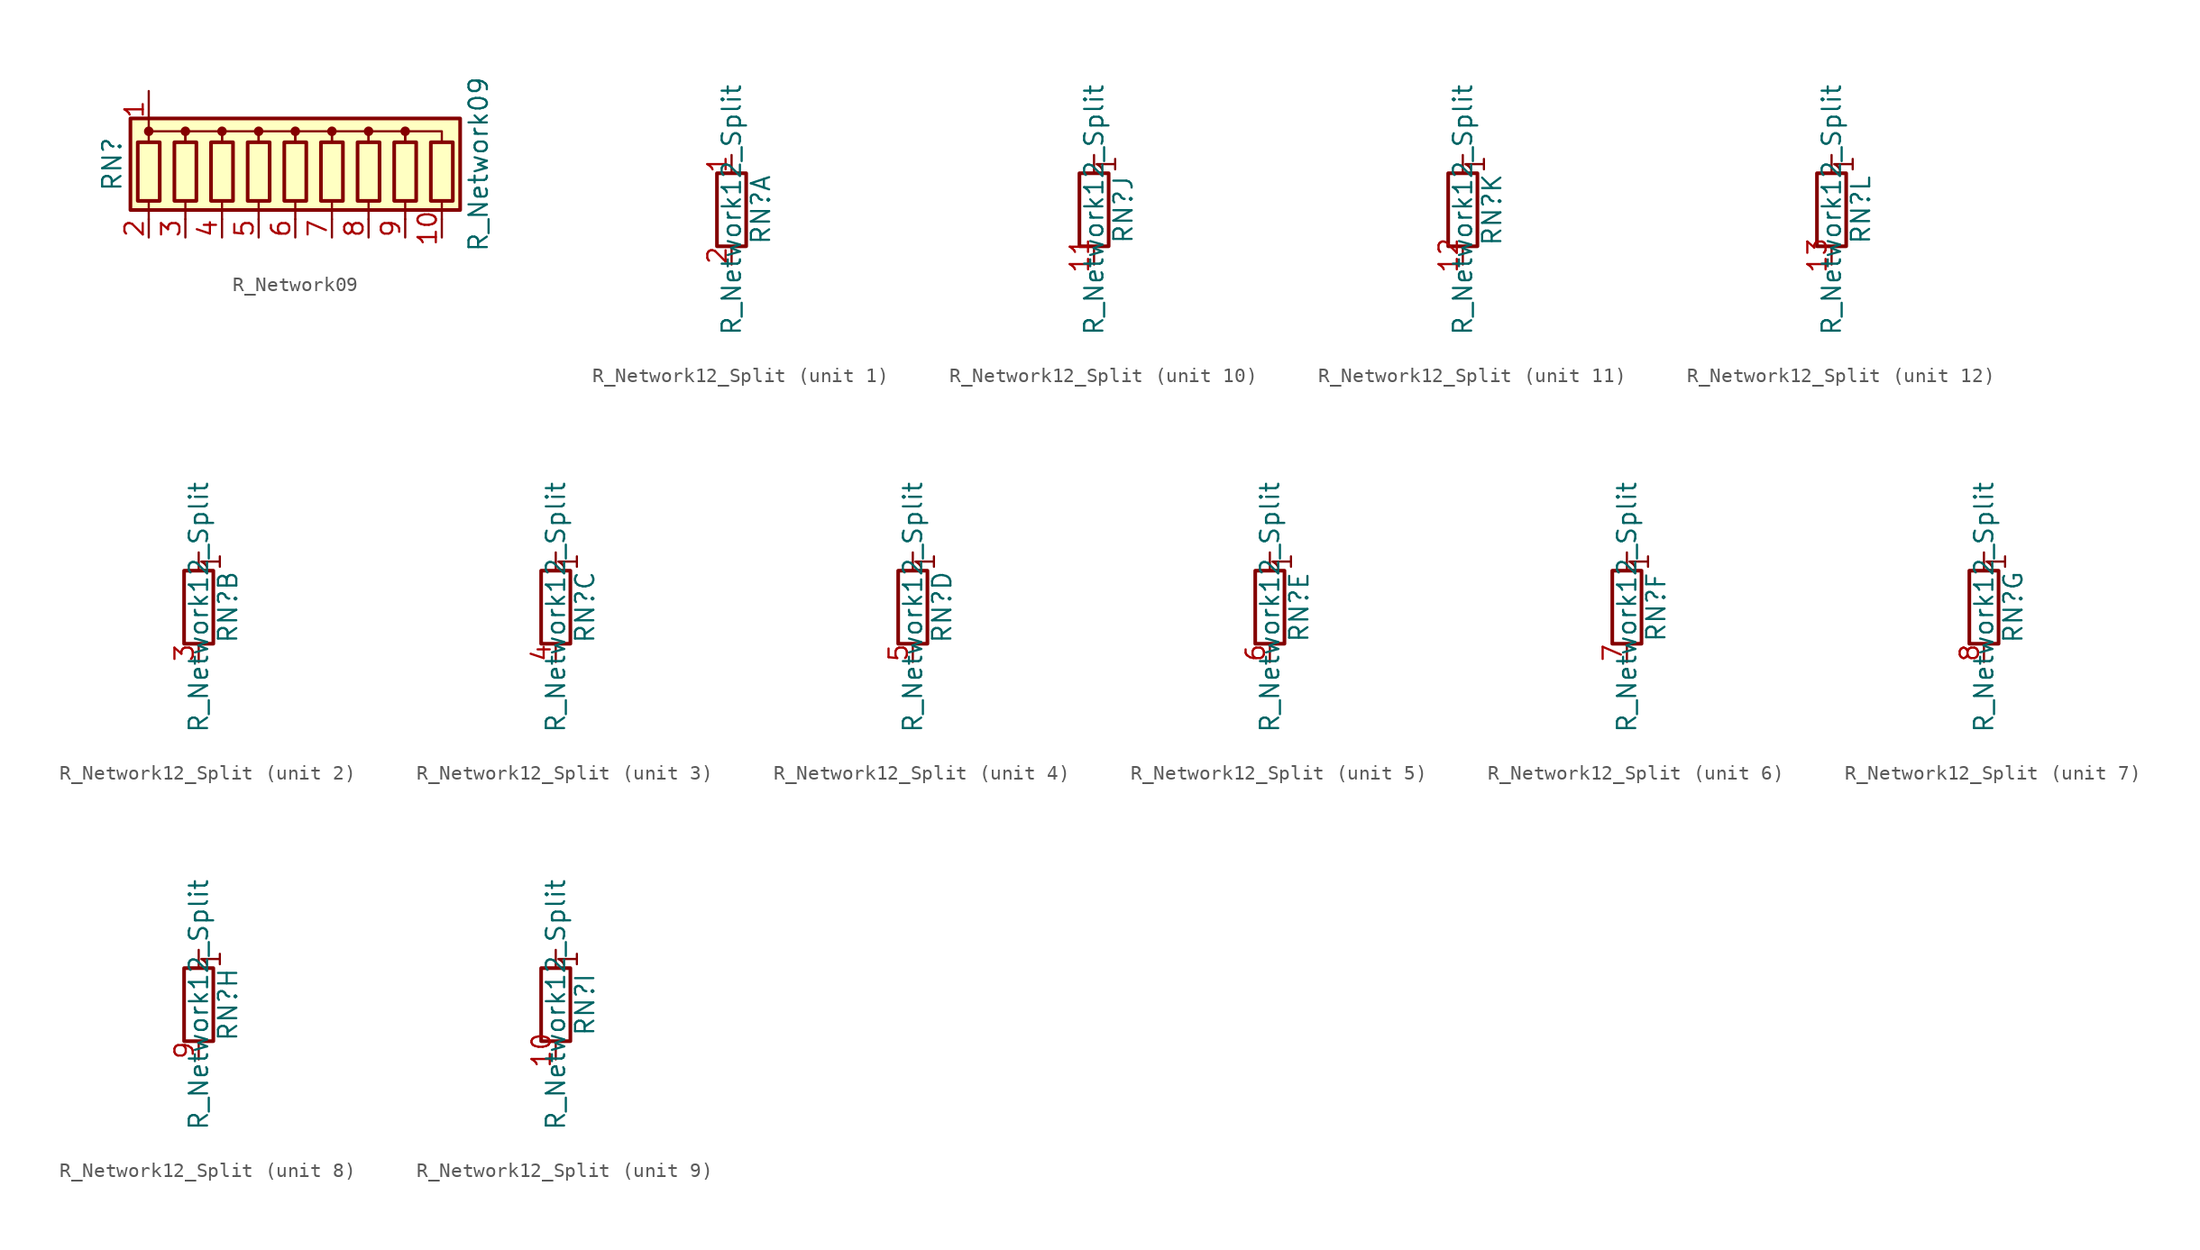
<source format=kicad_sym>
(kicad_symbol_lib
  (version 20211014)
  (generator kicad_symbol_editor)
  (symbol "R_Network09"
    (pin_names
      (offset 0) hide)
    (property "Reference" "RN"
      (at -12.7 0 90)
      (effects (font (size 1.27 1.27))))
    (property "Value" "R_Network09"
      (at 12.7 0 90)
      (effects (font (size 1.27 1.27))))
    (symbol "R_Network09_0_1"
      (rectangle (start -11.43 -3.175) (end 11.43 3.175) (stroke (width 0.254) (type default) (color 0 0 0 0)) (fill (type background)))
      (rectangle (start -10.922 1.524) (end -9.398 -2.54) (stroke (width 0.254) (type default) (color 0 0 0 0)) (fill (type none)))
      (circle (center -10.16 2.286) (radius 0.254) (stroke (width 0) (type default) (color 0 0 0 0)) (fill (type outline)))
      (rectangle (start -8.382 1.524) (end -6.858 -2.54) (stroke (width 0.254) (type default) (color 0 0 0 0)) (fill (type none)))
      (circle (center -7.62 2.286) (radius 0.254) (stroke (width 0) (type default) (color 0 0 0 0)) (fill (type outline)))
      (rectangle (start -5.842 1.524) (end -4.318 -2.54) (stroke (width 0.254) (type default) (color 0 0 0 0)) (fill (type none)))
      (circle (center -5.08 2.286) (radius 0.254) (stroke (width 0) (type default) (color 0 0 0 0)) (fill (type outline)))
      (rectangle (start -3.302 1.524) (end -1.778 -2.54) (stroke (width 0.254) (type default) (color 0 0 0 0)) (fill (type none)))
      (circle (center -2.54 2.286) (radius 0.254) (stroke (width 0) (type default) (color 0 0 0 0)) (fill (type outline)))
      (rectangle (start -0.762 1.524) (end 0.762 -2.54) (stroke (width 0.254) (type default) (color 0 0 0 0)) (fill (type none)))
      (polyline (pts (xy -10.16 -2.54) (xy -10.16 -3.81)) (stroke (width 0) (type default) (color 0 0 0 0)) (fill (type none)))
      (polyline (pts (xy -7.62 -2.54) (xy -7.62 -3.81)) (stroke (width 0) (type default) (color 0 0 0 0)) (fill (type none)))
      (polyline (pts (xy -5.08 -2.54) (xy -5.08 -3.81)) (stroke (width 0) (type default) (color 0 0 0 0)) (fill (type none)))
      (polyline (pts (xy -2.54 -2.54) (xy -2.54 -3.81)) (stroke (width 0) (type default) (color 0 0 0 0)) (fill (type none)))
      (polyline (pts (xy 0 -2.54) (xy 0 -3.81)) (stroke (width 0) (type default) (color 0 0 0 0)) (fill (type none)))
      (polyline (pts (xy 2.54 -2.54) (xy 2.54 -3.81)) (stroke (width 0) (type default) (color 0 0 0 0)) (fill (type none)))
      (polyline (pts (xy 5.08 -2.54) (xy 5.08 -3.81)) (stroke (width 0) (type default) (color 0 0 0 0)) (fill (type none)))
      (polyline (pts (xy 7.62 -2.54) (xy 7.62 -3.81)) (stroke (width 0) (type default) (color 0 0 0 0)) (fill (type none)))
      (polyline (pts (xy 10.16 -2.54) (xy 10.16 -3.81)) (stroke (width 0) (type default) (color 0 0 0 0)) (fill (type none)))
      (polyline (pts (xy -10.16 1.524) (xy -10.16 2.286) (xy -7.62 2.286) (xy -7.62 1.524)) (stroke (width 0) (type default) (color 0 0 0 0)) (fill (type none)))
      (polyline (pts (xy -7.62 1.524) (xy -7.62 2.286) (xy -5.08 2.286) (xy -5.08 1.524)) (stroke (width 0) (type default) (color 0 0 0 0)) (fill (type none)))
      (polyline (pts (xy -5.08 1.524) (xy -5.08 2.286) (xy -2.54 2.286) (xy -2.54 1.524)) (stroke (width 0) (type default) (color 0 0 0 0)) (fill (type none)))
      (polyline (pts (xy -2.54 1.524) (xy -2.54 2.286) (xy 0 2.286) (xy 0 1.524)) (stroke (width 0) (type default) (color 0 0 0 0)) (fill (type none)))
      (polyline (pts (xy 0 1.524) (xy 0 2.286) (xy 2.54 2.286) (xy 2.54 1.524)) (stroke (width 0) (type default) (color 0 0 0 0)) (fill (type none)))
      (polyline (pts (xy 2.54 1.524) (xy 2.54 2.286) (xy 5.08 2.286) (xy 5.08 1.524)) (stroke (width 0) (type default) (color 0 0 0 0)) (fill (type none)))
      (polyline (pts (xy 5.08 1.524) (xy 5.08 2.286) (xy 7.62 2.286) (xy 7.62 1.524)) (stroke (width 0) (type default) (color 0 0 0 0)) (fill (type none)))
      (polyline (pts (xy 7.62 1.524) (xy 7.62 2.286) (xy 10.16 2.286) (xy 10.16 1.524)) (stroke (width 0) (type default) (color 0 0 0 0)) (fill (type none)))
      (circle (center 0 2.286) (radius 0.254) (stroke (width 0) (type default) (color 0 0 0 0)) (fill (type outline)))
      (rectangle (start 1.778 1.524) (end 3.302 -2.54) (stroke (width 0.254) (type default) (color 0 0 0 0)) (fill (type none)))
      (circle (center 2.54 2.286) (radius 0.254) (stroke (width 0) (type default) (color 0 0 0 0)) (fill (type outline)))
      (rectangle (start 4.318 1.524) (end 5.842 -2.54) (stroke (width 0.254) (type default) (color 0 0 0 0)) (fill (type none)))
      (circle (center 5.08 2.286) (radius 0.254) (stroke (width 0) (type default) (color 0 0 0 0)) (fill (type outline)))
      (rectangle (start 6.858 1.524) (end 8.382 -2.54) (stroke (width 0.254) (type default) (color 0 0 0 0)) (fill (type none)))
      (circle (center 7.62 2.286) (radius 0.254) (stroke (width 0) (type default) (color 0 0 0 0)) (fill (type outline)))
      (rectangle (start 9.398 1.524) (end 10.922 -2.54) (stroke (width 0.254) (type default) (color 0 0 0 0)) (fill (type none))))
    (symbol "R_Network09_1_1"
      (pin passive line (at -10.16 5.08 270) (length 2.54) (name "common" (effects (font (size 1.27 1.27)))) (number "1" (effects (font (size 1.27 1.27)))))
      (pin passive line (at 10.16 -5.08 90) (length 1.27) (name "R9" (effects (font (size 1.27 1.27)))) (number "10" (effects (font (size 1.27 1.27)))))
      (pin passive line (at -10.16 -5.08 90) (length 1.27) (name "R1" (effects (font (size 1.27 1.27)))) (number "2" (effects (font (size 1.27 1.27)))))
      (pin passive line (at -7.62 -5.08 90) (length 1.27) (name "R2" (effects (font (size 1.27 1.27)))) (number "3" (effects (font (size 1.27 1.27)))))
      (pin passive line (at -5.08 -5.08 90) (length 1.27) (name "R3" (effects (font (size 1.27 1.27)))) (number "4" (effects (font (size 1.27 1.27)))))
      (pin passive line (at -2.54 -5.08 90) (length 1.27) (name "R4" (effects (font (size 1.27 1.27)))) (number "5" (effects (font (size 1.27 1.27)))))
      (pin passive line (at 0 -5.08 90) (length 1.27) (name "R5" (effects (font (size 1.27 1.27)))) (number "6" (effects (font (size 1.27 1.27)))))
      (pin passive line (at 2.54 -5.08 90) (length 1.27) (name "R6" (effects (font (size 1.27 1.27)))) (number "7" (effects (font (size 1.27 1.27)))))
      (pin passive line (at 5.08 -5.08 90) (length 1.27) (name "R7" (effects (font (size 1.27 1.27)))) (number "8" (effects (font (size 1.27 1.27)))))
      (pin passive line (at 7.62 -5.08 90) (length 1.27) (name "R8" (effects (font (size 1.27 1.27)))) (number "9" (effects (font (size 1.27 1.27)))))))
  (symbol "R_Network12_Split"
    (pin_names
      (offset 0) hide)
    (property "Reference" "RN"
      (at 2.032 0 90)
      (effects (font (size 1.27 1.27))))
    (property "Value" "R_Network12_Split"
      (at 0 0 90)
      (effects (font (size 1.27 1.27))))
    (symbol "R_Network12_Split_0_1"
      (rectangle (start 1.016 2.54) (end -1.016 -2.54) (stroke (width 0.254) (type default) (color 0 0 0 0)) (fill (type none))))
    (symbol "R_Network12_Split_1_1"
      (pin passive line (at 0 3.81 270) (length 1.27) (name "R1.1" (effects (font (size 1.27 1.27)))) (number "1" (effects (font (size 1.27 1.27)))))
      (pin passive line (at 0 -3.81 90) (length 1.27) (name "R1.2" (effects (font (size 1.27 1.27)))) (number "2" (effects (font (size 1.27 1.27))))))
    (symbol "R_Network12_Split_2_1"
      (polyline (pts (xy 0 2.54) (xy 0 3.81)) (stroke (width 0) (type default) (color 0 0 0 0)) (fill (type none)))
      (text "1" (at 0.889 3.175 900) (effects (font (size 1.27 1.27))))
      (pin passive line (at 0 -3.81 90) (length 1.27) (name "R2.2" (effects (font (size 1.27 1.27)))) (number "3" (effects (font (size 1.27 1.27))))))
    (symbol "R_Network12_Split_3_1"
      (polyline (pts (xy 0 2.54) (xy 0 3.81)) (stroke (width 0) (type default) (color 0 0 0 0)) (fill (type none)))
      (text "1" (at 0.889 3.175 900) (effects (font (size 1.27 1.27))))
      (pin passive line (at 0 -3.81 90) (length 1.27) (name "R3.2" (effects (font (size 1.27 1.27)))) (number "4" (effects (font (size 1.27 1.27))))))
    (symbol "R_Network12_Split_4_1"
      (polyline (pts (xy 0 2.54) (xy 0 3.81)) (stroke (width 0) (type default) (color 0 0 0 0)) (fill (type none)))
      (text "1" (at 0.889 3.175 900) (effects (font (size 1.27 1.27))))
      (pin passive line (at 0 -3.81 90) (length 1.27) (name "R4.2" (effects (font (size 1.27 1.27)))) (number "5" (effects (font (size 1.27 1.27))))))
    (symbol "R_Network12_Split_5_1"
      (polyline (pts (xy 0 2.54) (xy 0 3.81)) (stroke (width 0) (type default) (color 0 0 0 0)) (fill (type none)))
      (text "1" (at 0.889 3.175 900) (effects (font (size 1.27 1.27))))
      (pin passive line (at 0 -3.81 90) (length 1.27) (name "R5.2" (effects (font (size 1.27 1.27)))) (number "6" (effects (font (size 1.27 1.27))))))
    (symbol "R_Network12_Split_6_1"
      (polyline (pts (xy 0 2.54) (xy 0 3.81)) (stroke (width 0) (type default) (color 0 0 0 0)) (fill (type none)))
      (text "1" (at 0.889 3.175 900) (effects (font (size 1.27 1.27))))
      (pin passive line (at 0 -3.81 90) (length 1.27) (name "R6.2" (effects (font (size 1.27 1.27)))) (number "7" (effects (font (size 1.27 1.27))))))
    (symbol "R_Network12_Split_7_1"
      (polyline (pts (xy 0 2.54) (xy 0 3.81)) (stroke (width 0) (type default) (color 0 0 0 0)) (fill (type none)))
      (text "1" (at 0.889 3.175 900) (effects (font (size 1.27 1.27))))
      (pin passive line (at 0 -3.81 90) (length 1.27) (name "R7.2" (effects (font (size 1.27 1.27)))) (number "8" (effects (font (size 1.27 1.27))))))
    (symbol "R_Network12_Split_8_1"
      (polyline (pts (xy 0 2.54) (xy 0 3.81)) (stroke (width 0) (type default) (color 0 0 0 0)) (fill (type none)))
      (text "1" (at 0.889 3.175 900) (effects (font (size 1.27 1.27))))
      (pin passive line (at 0 -3.81 90) (length 1.27) (name "R8.2" (effects (font (size 1.27 1.27)))) (number "9" (effects (font (size 1.27 1.27))))))
    (symbol "R_Network12_Split_9_1"
      (polyline (pts (xy 0 2.54) (xy 0 3.81)) (stroke (width 0) (type default) (color 0 0 0 0)) (fill (type none)))
      (text "1" (at 0.889 3.175 900) (effects (font (size 1.27 1.27))))
      (pin passive line (at 0 -3.81 90) (length 1.27) (name "R9.2" (effects (font (size 1.27 1.27)))) (number "10" (effects (font (size 1.27 1.27))))))
    (symbol "R_Network12_Split_10_1"
      (polyline (pts (xy 0 2.54) (xy 0 3.81)) (stroke (width 0) (type default) (color 0 0 0 0)) (fill (type none)))
      (text "1" (at 0.889 3.175 900) (effects (font (size 1.27 1.27))))
      (pin passive line (at 0 -3.81 90) (length 1.27) (name "R10.2" (effects (font (size 1.27 1.27)))) (number "11" (effects (font (size 1.27 1.27))))))
    (symbol "R_Network12_Split_11_1"
      (polyline (pts (xy 0 2.54) (xy 0 3.81)) (stroke (width 0) (type default) (color 0 0 0 0)) (fill (type none)))
      (text "1" (at 0.889 3.175 900) (effects (font (size 1.27 1.27))))
      (pin passive line (at 0 -3.81 90) (length 1.27) (name "R11.2" (effects (font (size 1.27 1.27)))) (number "12" (effects (font (size 1.27 1.27))))))
    (symbol "R_Network12_Split_12_1"
      (polyline (pts (xy 0 2.54) (xy 0 3.81)) (stroke (width 0) (type default) (color 0 0 0 0)) (fill (type none)))
      (text "1" (at 0.889 3.175 900) (effects (font (size 1.27 1.27))))
      (pin passive line (at 0 -3.81 90) (length 1.27) (name "R12.2" (effects (font (size 1.27 1.27)))) (number "13" (effects (font (size 1.27 1.27))))))))
</source>
